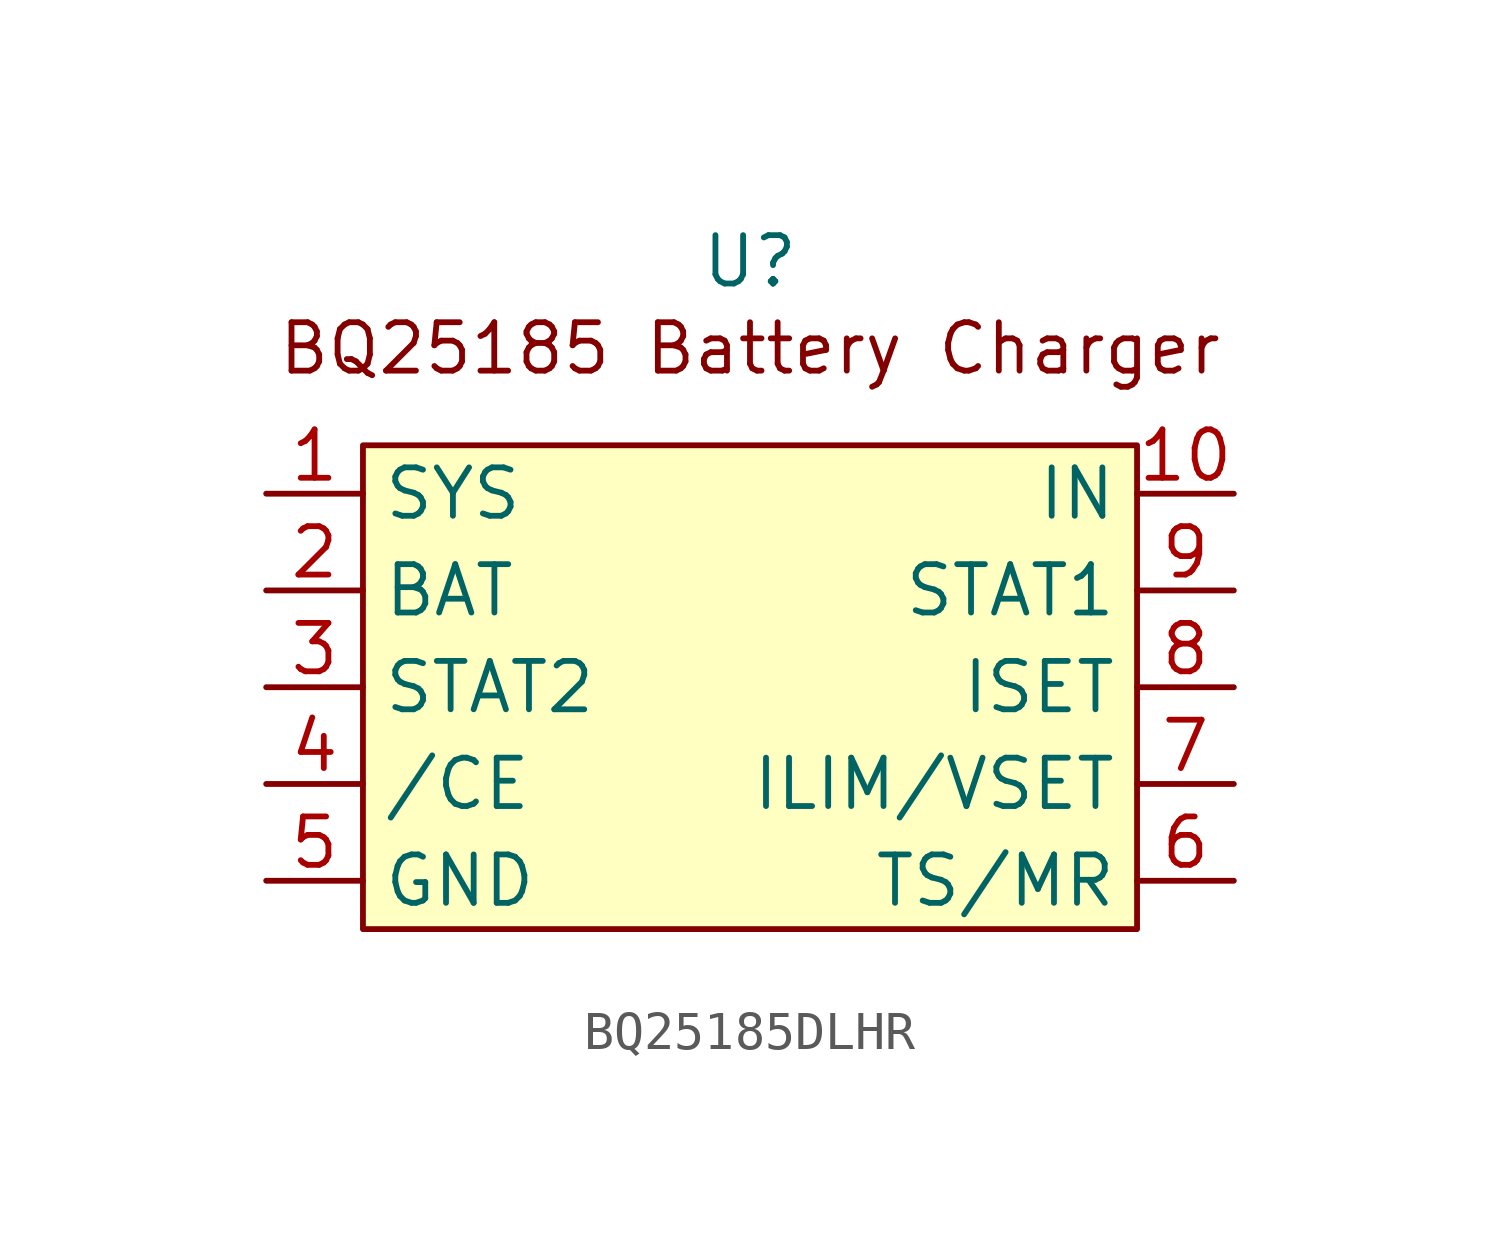
<source format=kicad_sym>
(kicad_symbol_lib
  (version 20241209)
  (generator "kicad_symbol_editor")
  (generator_version "9.0")
  (symbol "BQ25185DLHR"
    (property "Reference" "U"
      (at 0 11.176 0)
      (effects (font (size 1.27 1.27))))
    (property "Value" ""
      (at 0 0 0)
      (effects (font (size 1.27 1.27))))
    (symbol "BQ25185DLHR_1_1"
      (rectangle (start -10.16 6.35) (end 10.16 -6.35) (stroke (width 0) (type solid)) (fill (type background)))
      (text "BQ25185 Battery Charger" (at 0 8.89 0) (effects (font (size 1.27 1.27))))
      (pin passive line (at -12.7 5.08 0) (length 2.54) (name "SYS" (effects (font (size 1.27 1.27)))) (number "1" (effects (font (size 1.27 1.27)))))
      (pin passive line (at -12.7 2.54 0) (length 2.54) (name "BAT" (effects (font (size 1.27 1.27)))) (number "2" (effects (font (size 1.27 1.27)))))
      (pin passive line (at -12.7 0 0) (length 2.54) (name "STAT2" (effects (font (size 1.27 1.27)))) (number "3" (effects (font (size 1.27 1.27)))))
      (pin passive line (at -12.7 -2.54 0) (length 2.54) (name "/CE" (effects (font (size 1.27 1.27)))) (number "4" (effects (font (size 1.27 1.27)))))
      (pin passive line (at -12.7 -5.08 0) (length 2.54) (name "GND" (effects (font (size 1.27 1.27)))) (number "5" (effects (font (size 1.27 1.27)))))
      (pin passive line (at 12.7 5.08 180) (length 2.54) (name "IN" (effects (font (size 1.27 1.27)))) (number "10" (effects (font (size 1.27 1.27)))))
      (pin passive line (at 12.7 2.54 180) (length 2.54) (name "STAT1" (effects (font (size 1.27 1.27)))) (number "9" (effects (font (size 1.27 1.27)))))
      (pin passive line (at 12.7 0 180) (length 2.54) (name "ISET" (effects (font (size 1.27 1.27)))) (number "8" (effects (font (size 1.27 1.27)))))
      (pin passive line (at 12.7 -2.54 180) (length 2.54) (name "ILIM/VSET" (effects (font (size 1.27 1.27)))) (number "7" (effects (font (size 1.27 1.27)))))
      (pin passive line (at 12.7 -5.08 180) (length 2.54) (name "TS/MR" (effects (font (size 1.27 1.27)))) (number "6" (effects (font (size 1.27 1.27))))))))
</source>
